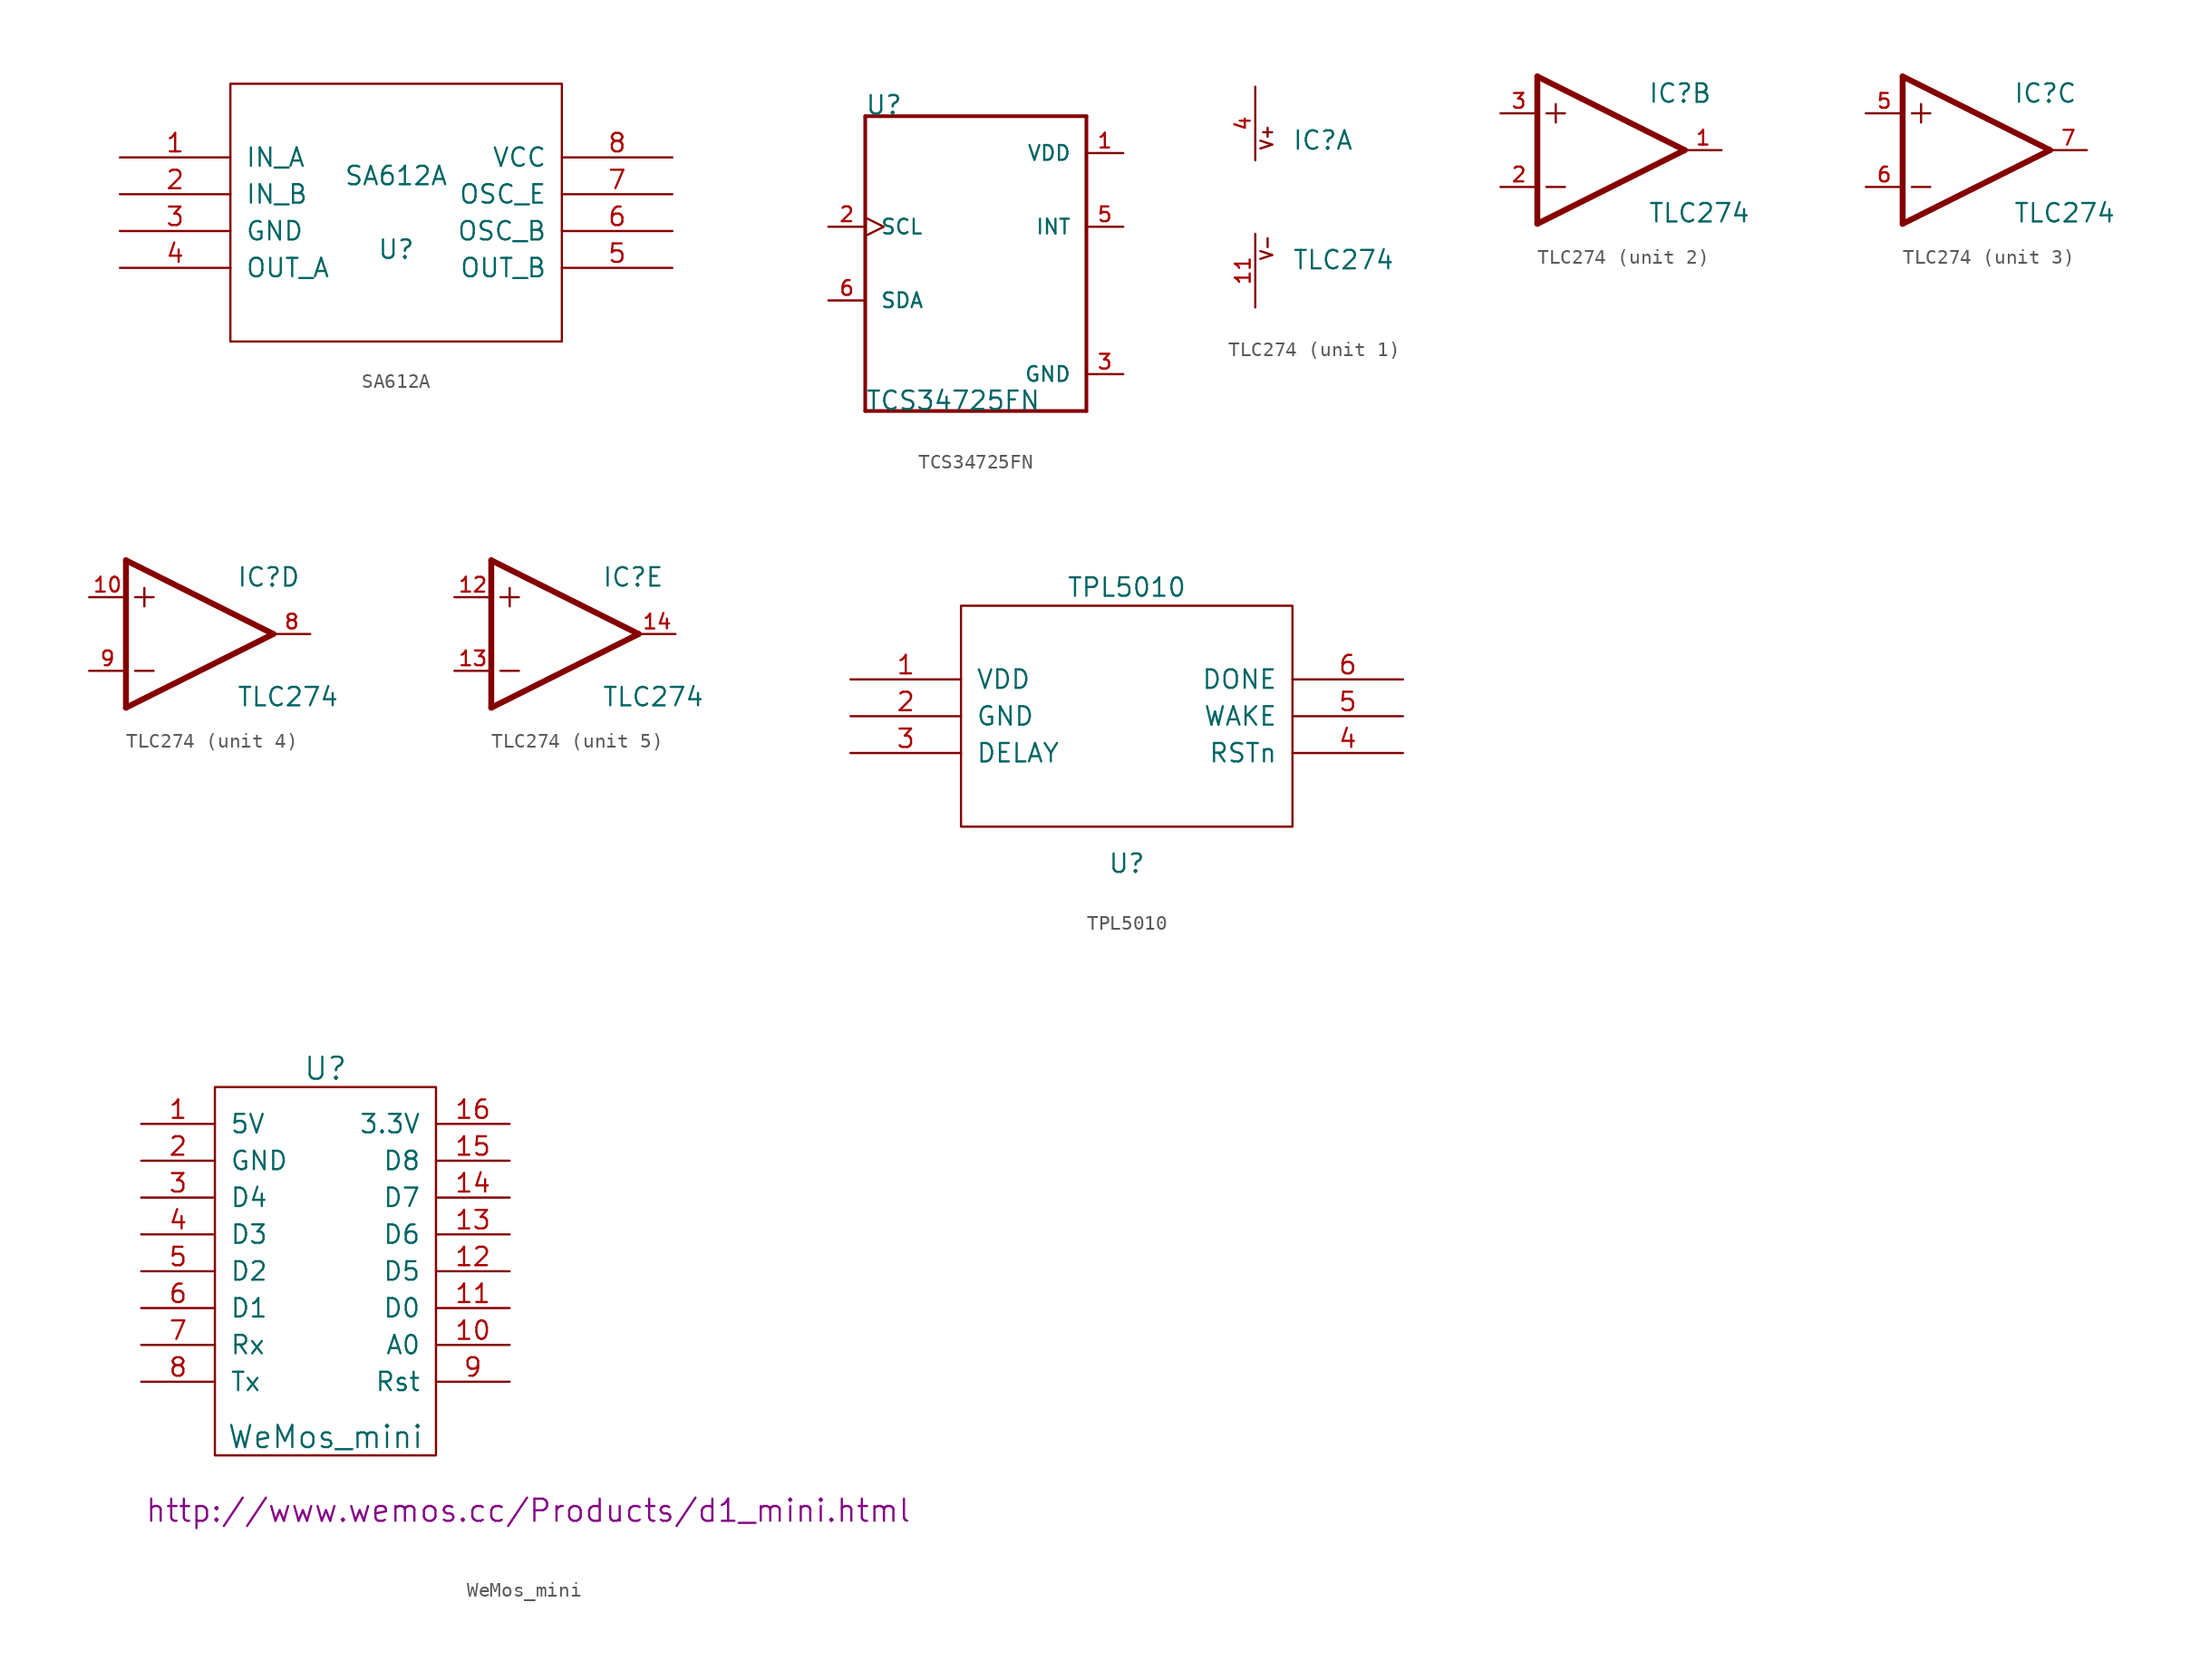
<source format=kicad_sym>
(kicad_symbol_lib
  (version 20220914)
  (generator kicad_symbol_editor)
  (symbol "SA612A"
    (pin_names
      (offset 1.016))
    (property "Reference" "U"
      (at 0 -2.54 0)
      (effects (font (size 1.27 1.27))))
    (property "Value" "SA612A"
      (at 0 2.54 0)
      (effects (font (size 1.27 1.27))))
    (symbol "SA612A_1_0"
      (rectangle (start -11.43 -8.89) (end 11.43 8.89) (stroke (width 0) (type solid)) (fill (type none))))
    (symbol "SA612A_1_1"
      (pin input line (at -19.05 3.81 0) (length 7.62) (name "IN_A" (effects (font (size 1.27 1.27)))) (number "1" (effects (font (size 1.27 1.27)))))
      (pin input line (at -19.05 1.27 0) (length 7.62) (name "IN_B" (effects (font (size 1.27 1.27)))) (number "2" (effects (font (size 1.27 1.27)))))
      (pin power_in line (at -19.05 -1.27 0) (length 7.62) (name "GND" (effects (font (size 1.27 1.27)))) (number "3" (effects (font (size 1.27 1.27)))))
      (pin output line (at -19.05 -3.81 0) (length 7.62) (name "OUT_A" (effects (font (size 1.27 1.27)))) (number "4" (effects (font (size 1.27 1.27)))))
      (pin output line (at 19.05 -3.81 180) (length 7.62) (name "OUT_B" (effects (font (size 1.27 1.27)))) (number "5" (effects (font (size 1.27 1.27)))))
      (pin input line (at 19.05 -1.27 180) (length 7.62) (name "OSC_B" (effects (font (size 1.27 1.27)))) (number "6" (effects (font (size 1.27 1.27)))))
      (pin input line (at 19.05 1.27 180) (length 7.62) (name "OSC_E" (effects (font (size 1.27 1.27)))) (number "7" (effects (font (size 1.27 1.27)))))
      (pin power_in line (at 19.05 3.81 180) (length 7.62) (name "VCC" (effects (font (size 1.27 1.27)))) (number "8" (effects (font (size 1.27 1.27)))))))
  (symbol "TCS34725FN"
    (pin_names
      (offset 1.016))
    (property "Reference" "U"
      (at -7.645 10.185 0)
      (effects (font (size 1.27 1.27)) (justify left bottom)))
    (property "Value" "TCS34725FN"
      (at -7.62 -10.185 0)
      (effects (font (size 1.27 1.27)) (justify left bottom)))
    (property "ki_locked" ""
      (at 0 0 0)
      (effects (font (size 1.27 1.27))))
    (symbol "TCS34725FN_0_0"
      (polyline (pts (xy -7.62 -10.16) (xy -7.62 10.16)) (stroke (width 0.254) (type solid)) (fill (type none)))
      (polyline (pts (xy -7.62 10.16) (xy 7.62 10.16)) (stroke (width 0.254) (type solid)) (fill (type none)))
      (polyline (pts (xy 7.62 -10.16) (xy -7.62 -10.16)) (stroke (width 0.254) (type solid)) (fill (type none)))
      (polyline (pts (xy 7.62 10.16) (xy 7.62 -10.16)) (stroke (width 0.254) (type solid)) (fill (type none)))
      (pin power_in line (at 10.16 7.62 180) (length 2.54) (name "VDD" (effects (font (size 1.016 1.016)))) (number "1" (effects (font (size 1.016 1.016)))))
      (pin input clock (at -10.16 2.54 0) (length 2.54) (name "SCL" (effects (font (size 1.016 1.016)))) (number "2" (effects (font (size 1.016 1.016)))))
      (pin power_in line (at 10.16 -7.62 180) (length 2.54) (name "GND" (effects (font (size 1.016 1.016)))) (number "3" (effects (font (size 1.016 1.016)))))
      (pin output line (at 10.16 2.54 180) (length 2.54) (name "INT" (effects (font (size 1.016 1.016)))) (number "5" (effects (font (size 1.016 1.016)))))
      (pin bidirectional line (at -10.16 -2.54 0) (length 2.54) (name "SDA" (effects (font (size 1.016 1.016)))) (number "6" (effects (font (size 1.016 1.016)))))))
  (symbol "TLC274"
    (pin_names
      (offset 1.016) hide)
    (property "Reference" "IC"
      (at 2.54 3.175 0)
      (effects (font (size 1.27 1.27)) (justify left bottom)))
    (property "Value" "TLC274"
      (at 2.54 -5.08 0)
      (effects (font (size 1.27 1.27)) (justify left bottom)))
    (property "ki_locked" ""
      (at 0 0 0)
      (effects (font (size 1.27 1.27))))
    (symbol "TLC274_1_0"
      (text "V+" (at 1.27 3.175 900) (effects (font (size 0.813 0.813)) (justify left bottom)))
      (text "V-" (at 1.27 -4.445 900) (effects (font (size 0.813 0.813)) (justify left bottom)))
      (pin power_in line (at 0 -7.62 90) (length 5.08) (name "~" (effects (font (size 1.016 1.016)))) (number "11" (effects (font (size 1.016 1.016)))))
      (pin power_in line (at 0 7.62 270) (length 5.08) (name "~" (effects (font (size 1.016 1.016)))) (number "4" (effects (font (size 1.016 1.016))))))
    (symbol "TLC274_2_0"
      (polyline (pts (xy -5.08 -5.08) (xy 5.08 0)) (stroke (width 0.406) (type solid)) (fill (type none)))
      (polyline (pts (xy -5.08 5.08) (xy -5.08 -5.08)) (stroke (width 0.406) (type solid)) (fill (type none)))
      (polyline (pts (xy -4.445 -2.54) (xy -3.175 -2.54)) (stroke (width 0.152) (type solid)) (fill (type none)))
      (polyline (pts (xy -4.445 2.54) (xy -3.175 2.54)) (stroke (width 0.152) (type solid)) (fill (type none)))
      (polyline (pts (xy -3.81 3.175) (xy -3.81 1.905)) (stroke (width 0.152) (type solid)) (fill (type none)))
      (polyline (pts (xy 5.08 0) (xy -5.08 5.08)) (stroke (width 0.406) (type solid)) (fill (type none)))
      (pin output line (at 7.62 0 180) (length 2.54) (name "~" (effects (font (size 1.016 1.016)))) (number "1" (effects (font (size 1.016 1.016)))))
      (pin input line (at -7.62 -2.54 0) (length 2.54) (name "~" (effects (font (size 1.016 1.016)))) (number "2" (effects (font (size 1.016 1.016)))))
      (pin input line (at -7.62 2.54 0) (length 2.54) (name "~" (effects (font (size 1.016 1.016)))) (number "3" (effects (font (size 1.016 1.016))))))
    (symbol "TLC274_3_0"
      (polyline (pts (xy -5.08 -5.08) (xy 5.08 0)) (stroke (width 0.406) (type solid)) (fill (type none)))
      (polyline (pts (xy -5.08 5.08) (xy -5.08 -5.08)) (stroke (width 0.406) (type solid)) (fill (type none)))
      (polyline (pts (xy -4.445 -2.54) (xy -3.175 -2.54)) (stroke (width 0.152) (type solid)) (fill (type none)))
      (polyline (pts (xy -4.445 2.54) (xy -3.175 2.54)) (stroke (width 0.152) (type solid)) (fill (type none)))
      (polyline (pts (xy -3.81 3.175) (xy -3.81 1.905)) (stroke (width 0.152) (type solid)) (fill (type none)))
      (polyline (pts (xy 5.08 0) (xy -5.08 5.08)) (stroke (width 0.406) (type solid)) (fill (type none)))
      (pin input line (at -7.62 2.54 0) (length 2.54) (name "~" (effects (font (size 1.016 1.016)))) (number "5" (effects (font (size 1.016 1.016)))))
      (pin input line (at -7.62 -2.54 0) (length 2.54) (name "~" (effects (font (size 1.016 1.016)))) (number "6" (effects (font (size 1.016 1.016)))))
      (pin output line (at 7.62 0 180) (length 2.54) (name "~" (effects (font (size 1.016 1.016)))) (number "7" (effects (font (size 1.016 1.016))))))
    (symbol "TLC274_4_0"
      (polyline (pts (xy -5.08 -5.08) (xy 5.08 0)) (stroke (width 0.406) (type solid)) (fill (type none)))
      (polyline (pts (xy -5.08 5.08) (xy -5.08 -5.08)) (stroke (width 0.406) (type solid)) (fill (type none)))
      (polyline (pts (xy -4.445 -2.54) (xy -3.175 -2.54)) (stroke (width 0.152) (type solid)) (fill (type none)))
      (polyline (pts (xy -4.445 2.54) (xy -3.175 2.54)) (stroke (width 0.152) (type solid)) (fill (type none)))
      (polyline (pts (xy -3.81 3.175) (xy -3.81 1.905)) (stroke (width 0.152) (type solid)) (fill (type none)))
      (polyline (pts (xy 5.08 0) (xy -5.08 5.08)) (stroke (width 0.406) (type solid)) (fill (type none)))
      (pin input line (at -7.62 2.54 0) (length 2.54) (name "~" (effects (font (size 1.016 1.016)))) (number "10" (effects (font (size 1.016 1.016)))))
      (pin output line (at 7.62 0 180) (length 2.54) (name "~" (effects (font (size 1.016 1.016)))) (number "8" (effects (font (size 1.016 1.016)))))
      (pin input line (at -7.62 -2.54 0) (length 2.54) (name "~" (effects (font (size 1.016 1.016)))) (number "9" (effects (font (size 1.016 1.016))))))
    (symbol "TLC274_5_0"
      (polyline (pts (xy -5.08 -5.08) (xy 5.08 0)) (stroke (width 0.406) (type solid)) (fill (type none)))
      (polyline (pts (xy -5.08 5.08) (xy -5.08 -5.08)) (stroke (width 0.406) (type solid)) (fill (type none)))
      (polyline (pts (xy -4.445 -2.54) (xy -3.175 -2.54)) (stroke (width 0.152) (type solid)) (fill (type none)))
      (polyline (pts (xy -4.445 2.54) (xy -3.175 2.54)) (stroke (width 0.152) (type solid)) (fill (type none)))
      (polyline (pts (xy -3.81 3.175) (xy -3.81 1.905)) (stroke (width 0.152) (type solid)) (fill (type none)))
      (polyline (pts (xy 5.08 0) (xy -5.08 5.08)) (stroke (width 0.406) (type solid)) (fill (type none)))
      (pin input line (at -7.62 2.54 0) (length 2.54) (name "~" (effects (font (size 1.016 1.016)))) (number "12" (effects (font (size 1.016 1.016)))))
      (pin input line (at -7.62 -2.54 0) (length 2.54) (name "~" (effects (font (size 1.016 1.016)))) (number "13" (effects (font (size 1.016 1.016)))))
      (pin output line (at 7.62 0 180) (length 2.54) (name "~" (effects (font (size 1.016 1.016)))) (number "14" (effects (font (size 1.016 1.016)))))))
  (symbol "TPL5010"
    (pin_names
      (offset 1.016))
    (property "Reference" "U"
      (at 0 -10.16 0)
      (effects (font (size 1.27 1.27))))
    (property "Value" "TPL5010"
      (at 0 8.89 0)
      (effects (font (size 1.27 1.27))))
    (symbol "TPL5010_1_0"
      (rectangle (start -11.43 -7.62) (end 11.43 7.62) (stroke (width 0) (type solid)) (fill (type none))))
    (symbol "TPL5010_1_1"
      (pin power_in line (at -19.05 2.54 0) (length 7.62) (name "VDD" (effects (font (size 1.27 1.27)))) (number "1" (effects (font (size 1.27 1.27)))))
      (pin power_in line (at -19.05 0 0) (length 7.62) (name "GND" (effects (font (size 1.27 1.27)))) (number "2" (effects (font (size 1.27 1.27)))))
      (pin passive line (at -19.05 -2.54 0) (length 7.62) (name "DELAY" (effects (font (size 1.27 1.27)))) (number "3" (effects (font (size 1.27 1.27)))))
      (pin output line (at 19.05 -2.54 180) (length 7.62) (name "RSTn" (effects (font (size 1.27 1.27)))) (number "4" (effects (font (size 1.27 1.27)))))
      (pin output line (at 19.05 0 180) (length 7.62) (name "WAKE" (effects (font (size 1.27 1.27)))) (number "5" (effects (font (size 1.27 1.27)))))
      (pin input line (at 19.05 2.54 180) (length 7.62) (name "DONE" (effects (font (size 1.27 1.27)))) (number "6" (effects (font (size 1.27 1.27)))))))
  (symbol "WeMos_mini"
    (pin_names
      (offset 1.016))
    (property "Reference" "U"
      (at 0 12.7 0)
      (effects (font (size 1.524 1.524))))
    (property "Value" "WeMos_mini"
      (at 0 -12.7 0)
      (effects (font (size 1.524 1.524))))
    (property "Footprint" ""
      (at 13.97 -17.78 0)
      (effects (font (size 1.524 1.524))))
    (property "Datasheet" "http://www.wemos.cc/Products/d1_mini.html"
      (at 13.97 -17.78 0)
      (effects (font (size 1.524 1.524))))
    (symbol "WeMos_mini_0_1"
      (rectangle (start -7.62 11.43) (end 7.62 -13.97) (stroke (width 0) (type solid)) (fill (type none))))
    (symbol "WeMos_mini_1_1"
      (pin power_in line (at -12.7 8.89 0) (length 5.08) (name "5V" (effects (font (size 1.27 1.27)))) (number "1" (effects (font (size 1.27 1.27)))))
      (pin bidirectional line (at 12.7 -6.35 180) (length 5.08) (name "A0" (effects (font (size 1.27 1.27)))) (number "10" (effects (font (size 1.27 1.27)))))
      (pin bidirectional line (at 12.7 -3.81 180) (length 5.08) (name "D0" (effects (font (size 1.27 1.27)))) (number "11" (effects (font (size 1.27 1.27)))))
      (pin bidirectional line (at 12.7 -1.27 180) (length 5.08) (name "D5" (effects (font (size 1.27 1.27)))) (number "12" (effects (font (size 1.27 1.27)))))
      (pin bidirectional line (at 12.7 1.27 180) (length 5.08) (name "D6" (effects (font (size 1.27 1.27)))) (number "13" (effects (font (size 1.27 1.27)))))
      (pin bidirectional line (at 12.7 3.81 180) (length 5.08) (name "D7" (effects (font (size 1.27 1.27)))) (number "14" (effects (font (size 1.27 1.27)))))
      (pin bidirectional line (at 12.7 6.35 180) (length 5.08) (name "D8" (effects (font (size 1.27 1.27)))) (number "15" (effects (font (size 1.27 1.27)))))
      (pin power_out line (at 12.7 8.89 180) (length 5.08) (name "3.3V" (effects (font (size 1.27 1.27)))) (number "16" (effects (font (size 1.27 1.27)))))
      (pin power_in line (at -12.7 6.35 0) (length 5.08) (name "GND" (effects (font (size 1.27 1.27)))) (number "2" (effects (font (size 1.27 1.27)))))
      (pin bidirectional line (at -12.7 3.81 0) (length 5.08) (name "D4" (effects (font (size 1.27 1.27)))) (number "3" (effects (font (size 1.27 1.27)))))
      (pin bidirectional line (at -12.7 1.27 0) (length 5.08) (name "D3" (effects (font (size 1.27 1.27)))) (number "4" (effects (font (size 1.27 1.27)))))
      (pin bidirectional line (at -12.7 -1.27 0) (length 5.08) (name "D2" (effects (font (size 1.27 1.27)))) (number "5" (effects (font (size 1.27 1.27)))))
      (pin bidirectional line (at -12.7 -3.81 0) (length 5.08) (name "D1" (effects (font (size 1.27 1.27)))) (number "6" (effects (font (size 1.27 1.27)))))
      (pin bidirectional line (at -12.7 -6.35 0) (length 5.08) (name "Rx" (effects (font (size 1.27 1.27)))) (number "7" (effects (font (size 1.27 1.27)))))
      (pin bidirectional line (at -12.7 -8.89 0) (length 5.08) (name "Tx" (effects (font (size 1.27 1.27)))) (number "8" (effects (font (size 1.27 1.27)))))
      (pin bidirectional line (at 12.7 -8.89 180) (length 5.08) (name "Rst" (effects (font (size 1.27 1.27)))) (number "9" (effects (font (size 1.27 1.27))))))))
</source>
